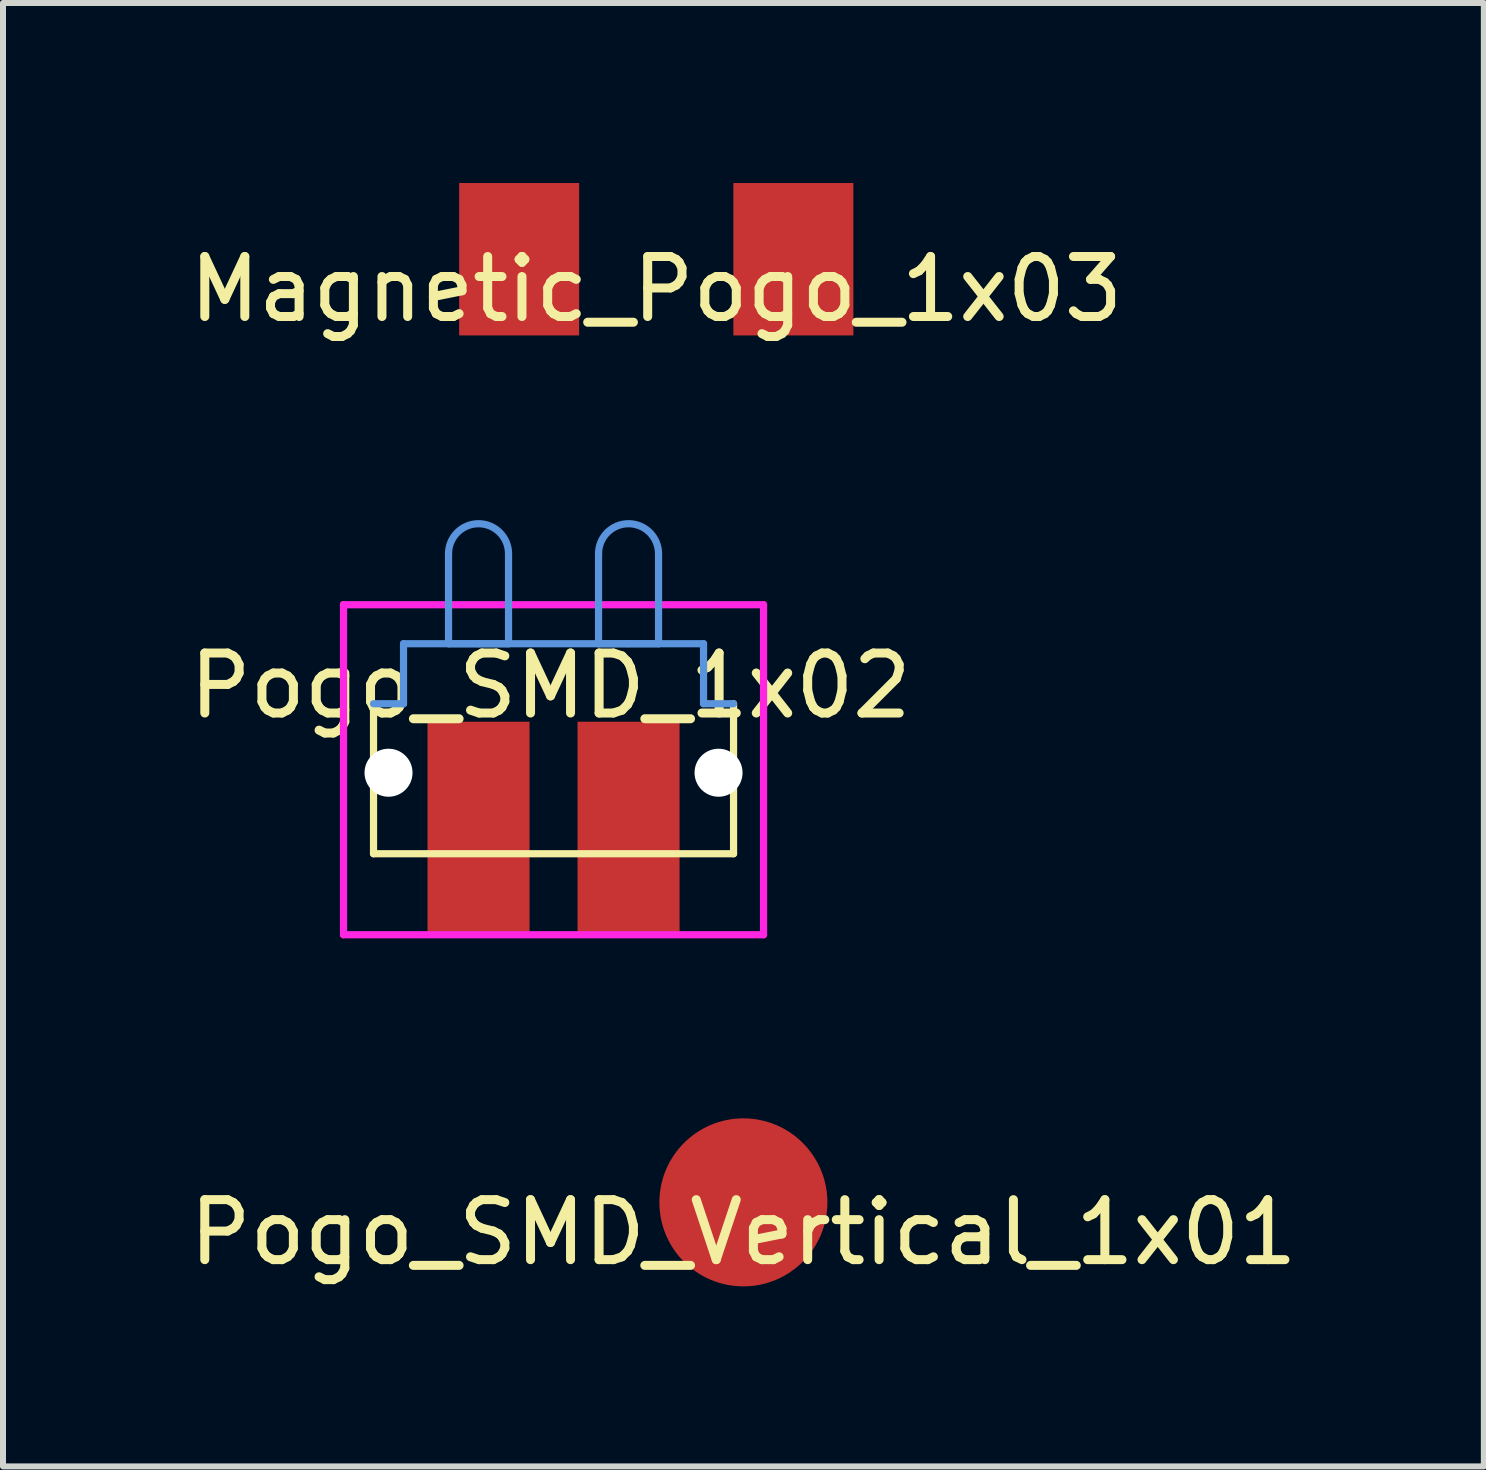
<source format=kicad_pcb>
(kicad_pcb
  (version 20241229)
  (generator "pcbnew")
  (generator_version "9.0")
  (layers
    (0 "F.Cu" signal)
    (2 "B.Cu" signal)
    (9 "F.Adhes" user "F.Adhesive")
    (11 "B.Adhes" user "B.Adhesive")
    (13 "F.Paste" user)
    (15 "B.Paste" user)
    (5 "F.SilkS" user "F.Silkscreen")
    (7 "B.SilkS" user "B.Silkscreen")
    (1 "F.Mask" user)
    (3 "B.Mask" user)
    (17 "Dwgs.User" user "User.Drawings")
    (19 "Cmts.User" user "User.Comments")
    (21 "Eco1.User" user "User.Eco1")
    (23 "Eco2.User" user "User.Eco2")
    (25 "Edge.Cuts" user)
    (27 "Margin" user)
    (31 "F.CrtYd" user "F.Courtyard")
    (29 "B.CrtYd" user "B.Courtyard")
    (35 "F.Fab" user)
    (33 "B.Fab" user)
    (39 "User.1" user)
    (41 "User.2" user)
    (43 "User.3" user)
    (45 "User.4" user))
  (footprint "Magnetic_Pogo_1x03"
    (layer "F.Cu")
    (at 7.887 1.27)
    (property "Reference" "Magnetic_Pogo_1x03" (at 0 0.5 0) (layer "F.SilkS") (effects (font (size 1 1) (thickness 0.15))))
    (attr through_hole)
    (pad "1" smd rect (at -2.285 0) (size 2 2.54) (layers "F.Cu" "F.Mask" "F.Paste"))
    (pad "2" smd rect (at 2.285 0) (size 2 2.54) (layers "F.Cu" "F.Mask" "F.Paste")))
  (footprint "Pogo_SMD_Vertical_1x01"
    (layer "F.Cu")
    (at 9.339 16.988)
    (property "Reference" "Pogo_SMD_Vertical_1x01" (at 0 0.5 0) (layer "F.SilkS") (effects (font (size 1 1) (thickness 0.15))))
    (attr through_hole)
    (pad "1" smd circle (at 0 0) (size 2.8 2.8) (layers "F.Cu" "F.Mask" "F.Paste")))
  (footprint "Pogo_SMD_1x02"
    (layer "F.Cu")
    (at 6.175 10.028)
    (property "Reference" "Pogo_SMD_1x02" (at -0.05 -1.65 0) (layer "F.SilkS") (effects (font (size 1 1) (thickness 0.15))))
    (attr through_hole)
    (fp_line (start -3 1.15) (end -3 -1.35) (stroke (width 0.12) (type solid)) (layer "F.SilkS"))
    (fp_line (start 3 1.15) (end -3 1.15) (stroke (width 0.12) (type solid)) (layer "F.SilkS"))
    (fp_line (start 3 1.15) (end 3 -1.35) (stroke (width 0.12) (type solid)) (layer "F.SilkS"))
    (fp_line (start -3 -1.35) (end -2.5 -1.35) (stroke (width 0.12) (type solid)) (layer "Cmts.User"))
    (fp_line (start -2.5 -2.35) (end 2.5 -2.35) (stroke (width 0.12) (type solid)) (layer "Cmts.User"))
    (fp_line (start -2.5 -1.35) (end -2.5 -2.35) (stroke (width 0.12) (type solid)) (layer "Cmts.User"))
    (fp_line (start -1.75 -2.35) (end -1.75 -3.85) (stroke (width 0.12) (type solid)) (layer "Cmts.User"))
    (fp_line (start -1.25 -2.35) (end -1.75 -2.35) (stroke (width 0.12) (type solid)) (layer "Cmts.User"))
    (fp_line (start -1.25 -2.35) (end -0.75 -2.35) (stroke (width 0.12) (type solid)) (layer "Cmts.User"))
    (fp_line (start -0.75 -2.35) (end -0.75 -3.85) (stroke (width 0.12) (type solid)) (layer "Cmts.User"))
    (fp_line (start 0.75 -2.35) (end 0.75 -3.85) (stroke (width 0.12) (type solid)) (layer "Cmts.User"))
    (fp_line (start 1.25 -2.35) (end 0.75 -2.35) (stroke (width 0.12) (type solid)) (layer "Cmts.User"))
    (fp_line (start 1.25 -2.35) (end 1.75 -2.35) (stroke (width 0.12) (type solid)) (layer "Cmts.User"))
    (fp_line (start 1.75 -2.35) (end 1.75 -3.85) (stroke (width 0.12) (type solid)) (layer "Cmts.User"))
    (fp_line (start 2.5 -1.35) (end 2.5 -2.35) (stroke (width 0.12) (type solid)) (layer "Cmts.User"))
    (fp_line (start 3 -1.35) (end 2.5 -1.35) (stroke (width 0.12) (type solid)) (layer "Cmts.User"))
    (fp_arc (start -1.75 -3.85) (mid -1.25 -4.35) (end -0.75 -3.85) (stroke (width 0.12) (type solid)) (layer "Cmts.User"))
    (fp_arc (start 0.75 -3.85) (mid 1.25 -4.35) (end 1.75 -3.85) (stroke (width 0.12) (type solid)) (layer "Cmts.User"))
    (fp_circle (center -2.75 -0.2) (end -2.7 0.05) (stroke (width 0.12) (type solid)) (fill no) (layer "Cmts.User"))
    (fp_circle (center 2.75 -0.2) (end 2.8 0.05) (stroke (width 0.12) (type solid)) (fill no) (layer "Cmts.User"))
    (fp_line (start -3.5 -3) (end -3.5 -3) (stroke (width 0.12) (type solid)) (layer "F.CrtYd"))
    (fp_line (start -3.5 -3) (end 3.5 -3) (stroke (width 0.12) (type solid)) (layer "F.CrtYd"))
    (fp_line (start -3.5 2.5) (end -3.5 -3) (stroke (width 0.12) (type solid)) (layer "F.CrtYd"))
    (fp_line (start 3.5 -3) (end 3.5 2.5) (stroke (width 0.12) (type solid)) (layer "F.CrtYd"))
    (fp_line (start 3.5 2.5) (end -3.5 2.5) (stroke (width 0.12) (type solid)) (layer "F.CrtYd"))
    (pad "" np_thru_hole circle (at -2.75 -0.2) (size 0.8 0.8) (drill 0.8) (layers "*.Cu" "*.Mask"))
    (pad "" np_thru_hole circle (at 2.75 -0.2) (size 0.8 0.8) (drill 0.8) (layers "*.Cu" "*.Mask"))
    (pad "1" smd rect (at -1.25 0.7) (size 1.7 3.5) (layers "F.Cu" "F.Mask" "F.Paste"))
    (pad "2" smd rect (at 1.25 0.7) (size 1.7 3.5) (layers "F.Cu" "F.Mask" "F.Paste")))
  (gr_rect
    (start -3 -3)
    (end 21.679 21.388)
    (stroke (width 0.1) (type default))
    (fill no)
    (layer "Edge.Cuts")))
</source>
